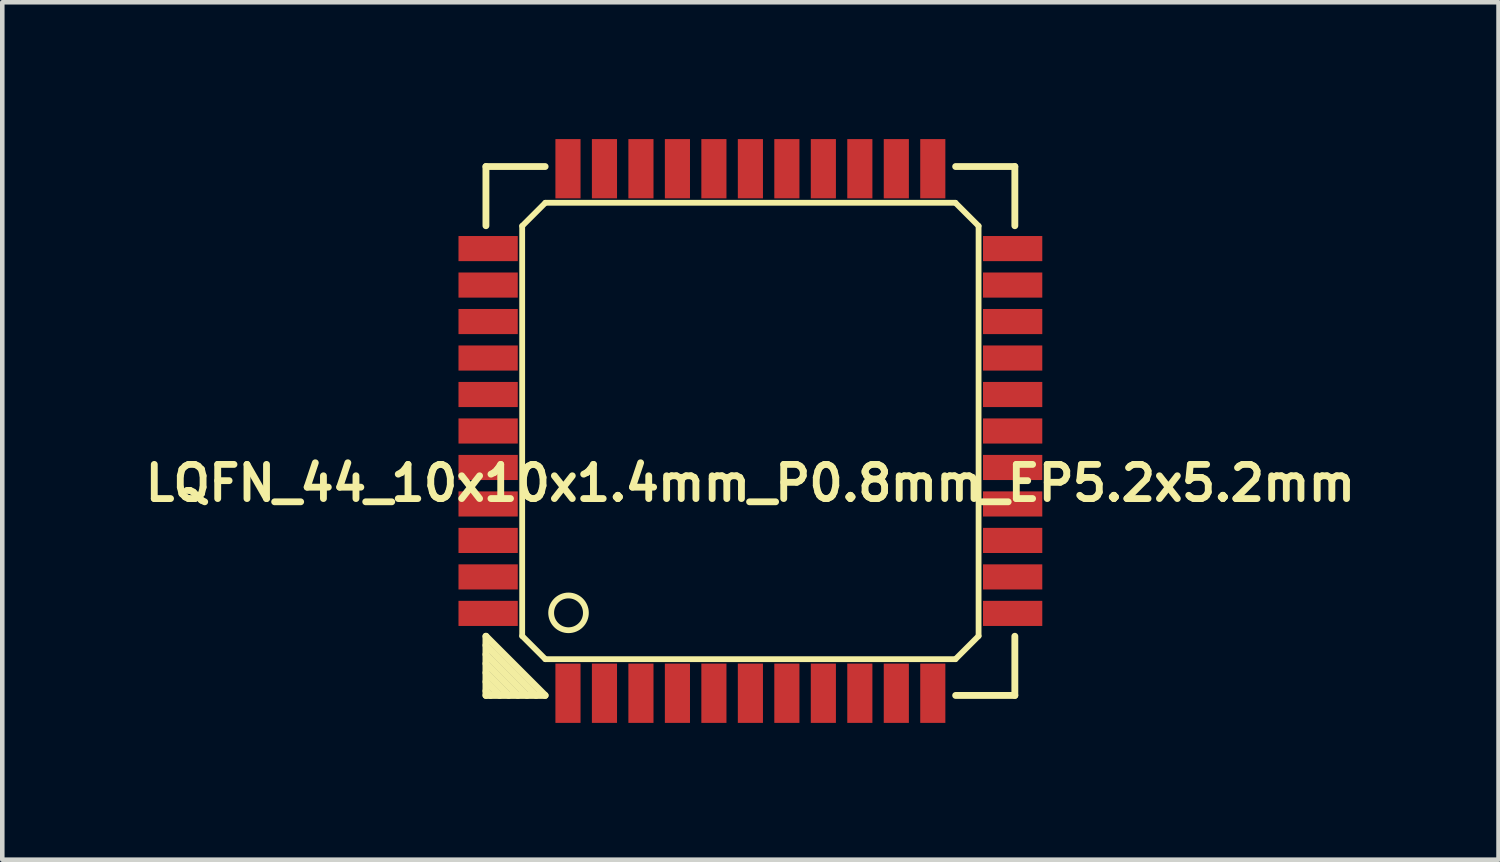
<source format=kicad_pcb>
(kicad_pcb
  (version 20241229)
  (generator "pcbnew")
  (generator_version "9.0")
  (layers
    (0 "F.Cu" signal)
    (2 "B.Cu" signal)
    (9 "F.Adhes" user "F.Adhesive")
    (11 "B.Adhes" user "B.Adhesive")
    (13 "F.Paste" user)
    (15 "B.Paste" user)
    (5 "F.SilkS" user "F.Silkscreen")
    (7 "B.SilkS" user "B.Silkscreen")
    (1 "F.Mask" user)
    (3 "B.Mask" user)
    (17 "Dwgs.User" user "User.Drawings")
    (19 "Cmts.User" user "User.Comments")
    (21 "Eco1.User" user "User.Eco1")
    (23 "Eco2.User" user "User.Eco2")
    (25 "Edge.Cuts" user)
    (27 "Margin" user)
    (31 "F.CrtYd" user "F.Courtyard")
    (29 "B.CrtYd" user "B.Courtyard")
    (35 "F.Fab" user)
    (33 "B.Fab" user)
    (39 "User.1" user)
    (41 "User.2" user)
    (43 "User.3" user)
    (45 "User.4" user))
  (footprint "LQFN_44_10x10x1.4mm_P0.8mm_EP5.2x5.2mm"
    (layer "F.Cu")
    (at 13.405 6.401)
    (property "Reference" "LQFN_44_10x10x1.4mm_P0.8mm_EP5.2x5.2mm" (at 0 1.143 0) (layer "F.SilkS") (effects (font (size 0.749 0.749) (thickness 0.15))))
    (attr smd)
    (fp_line (start -5.799 -5.799) (end -4.501 -5.799) (stroke (width 0.15) (type solid)) (layer "F.SilkS"))
    (fp_line (start -5.799 -4.501) (end -5.799 -5.799) (stroke (width 0.15) (type solid)) (layer "F.SilkS"))
    (fp_line (start -5.799 4.501) (end -4.501 5.799) (stroke (width 0.15) (type solid)) (layer "F.SilkS"))
    (fp_line (start -5.799 4.9) (end -4.9 5.799) (stroke (width 0.15) (type solid)) (layer "F.SilkS"))
    (fp_line (start -5.799 5.301) (end -5.301 5.799) (stroke (width 0.15) (type solid)) (layer "F.SilkS"))
    (fp_line (start -5.799 5.7) (end -5.7 5.799) (stroke (width 0.15) (type solid)) (layer "F.SilkS"))
    (fp_line (start -5.799 5.799) (end -5.799 4.501) (stroke (width 0.15) (type solid)) (layer "F.SilkS"))
    (fp_line (start -5.499 5.799) (end -5.799 5.499) (stroke (width 0.15) (type solid)) (layer "F.SilkS"))
    (fp_line (start -5.1 5.799) (end -5.799 5.1) (stroke (width 0.15) (type solid)) (layer "F.SilkS"))
    (fp_line (start -5.004 -4.496) (end -4.496 -5.004) (stroke (width 0.127) (type solid)) (layer "F.SilkS"))
    (fp_line (start -5.004 4.496) (end -5.004 -4.496) (stroke (width 0.127) (type solid)) (layer "F.SilkS"))
    (fp_line (start -4.699 5.799) (end -5.799 4.699) (stroke (width 0.15) (type solid)) (layer "F.SilkS"))
    (fp_line (start -4.501 5.799) (end -5.799 5.799) (stroke (width 0.15) (type solid)) (layer "F.SilkS"))
    (fp_line (start -4.496 -5.004) (end 4.496 -5.004) (stroke (width 0.127) (type solid)) (layer "F.SilkS"))
    (fp_line (start -4.496 5.004) (end -5.004 4.496) (stroke (width 0.127) (type solid)) (layer "F.SilkS"))
    (fp_line (start 4.496 -5.004) (end 5.004 -4.496) (stroke (width 0.127) (type solid)) (layer "F.SilkS"))
    (fp_line (start 4.496 5.004) (end -4.496 5.004) (stroke (width 0.127) (type solid)) (layer "F.SilkS"))
    (fp_line (start 4.501 -5.799) (end 5.799 -5.799) (stroke (width 0.15) (type solid)) (layer "F.SilkS"))
    (fp_line (start 5.004 4.496) (end 4.496 5.004) (stroke (width 0.127) (type solid)) (layer "F.SilkS"))
    (fp_line (start 5.004 4.496) (end 5.004 -4.496) (stroke (width 0.127) (type solid)) (layer "F.SilkS"))
    (fp_line (start 5.799 -5.799) (end 5.799 -4.501) (stroke (width 0.15) (type solid)) (layer "F.SilkS"))
    (fp_line (start 5.799 4.501) (end 5.799 5.799) (stroke (width 0.15) (type solid)) (layer "F.SilkS"))
    (fp_line (start 5.799 5.799) (end 4.501 5.799) (stroke (width 0.15) (type solid)) (layer "F.SilkS"))
    (fp_circle (center -3.988 3.988) (end -4.216 4.293) (stroke (width 0.127) (type solid)) (fill no) (layer "F.SilkS"))
    (pad "1" smd rect (at -4 5.751) (size 0.551 1.3) (layers "F.Cu" "F.Mask" "F.Paste"))
    (pad "2" smd rect (at -3.2 5.751) (size 0.551 1.3) (layers "F.Cu" "F.Mask" "F.Paste"))
    (pad "3" smd rect (at -2.4 5.751) (size 0.551 1.3) (layers "F.Cu" "F.Mask" "F.Paste"))
    (pad "4" smd rect (at -1.6 5.751) (size 0.551 1.3) (layers "F.Cu" "F.Mask" "F.Paste"))
    (pad "5" smd rect (at -0.8 5.751) (size 0.551 1.3) (layers "F.Cu" "F.Mask" "F.Paste"))
    (pad "6" smd rect (at 0 5.751) (size 0.551 1.3) (layers "F.Cu" "F.Mask" "F.Paste"))
    (pad "7" smd rect (at 0.8 5.751) (size 0.551 1.3) (layers "F.Cu" "F.Mask" "F.Paste"))
    (pad "8" smd rect (at 1.6 5.751) (size 0.551 1.3) (layers "F.Cu" "F.Mask" "F.Paste"))
    (pad "9" smd rect (at 2.4 5.751) (size 0.551 1.3) (layers "F.Cu" "F.Mask" "F.Paste"))
    (pad "10" smd rect (at 3.2 5.751) (size 0.551 1.3) (layers "F.Cu" "F.Mask" "F.Paste"))
    (pad "11" smd rect (at 4 5.751) (size 0.551 1.3) (layers "F.Cu" "F.Mask" "F.Paste"))
    (pad "12" smd rect (at 5.751 4) (size 1.3 0.551) (layers "F.Cu" "F.Mask" "F.Paste"))
    (pad "13" smd rect (at 5.751 3.2) (size 1.3 0.551) (layers "F.Cu" "F.Mask" "F.Paste"))
    (pad "14" smd rect (at 5.751 2.4) (size 1.3 0.551) (layers "F.Cu" "F.Mask" "F.Paste"))
    (pad "15" smd rect (at 5.751 1.6) (size 1.3 0.551) (layers "F.Cu" "F.Mask" "F.Paste"))
    (pad "16" smd rect (at 5.751 0.8) (size 1.3 0.551) (layers "F.Cu" "F.Mask" "F.Paste"))
    (pad "17" smd rect (at 5.751 0) (size 1.3 0.551) (layers "F.Cu" "F.Mask" "F.Paste"))
    (pad "18" smd rect (at 5.751 -0.8) (size 1.3 0.551) (layers "F.Cu" "F.Mask" "F.Paste"))
    (pad "19" smd rect (at 5.751 -1.6) (size 1.3 0.551) (layers "F.Cu" "F.Mask" "F.Paste"))
    (pad "20" smd rect (at 5.751 -2.4) (size 1.3 0.551) (layers "F.Cu" "F.Mask" "F.Paste"))
    (pad "21" smd rect (at 5.751 -3.2) (size 1.3 0.551) (layers "F.Cu" "F.Mask" "F.Paste"))
    (pad "22" smd rect (at 5.751 -4) (size 1.3 0.551) (layers "F.Cu" "F.Mask" "F.Paste"))
    (pad "23" smd rect (at 4 -5.751) (size 0.551 1.3) (layers "F.Cu" "F.Mask" "F.Paste"))
    (pad "24" smd rect (at 3.2 -5.751) (size 0.551 1.3) (layers "F.Cu" "F.Mask" "F.Paste"))
    (pad "25" smd rect (at 2.4 -5.751) (size 0.551 1.3) (layers "F.Cu" "F.Mask" "F.Paste"))
    (pad "26" smd rect (at 1.6 -5.751) (size 0.551 1.3) (layers "F.Cu" "F.Mask" "F.Paste"))
    (pad "27" smd rect (at 0.8 -5.751) (size 0.551 1.3) (layers "F.Cu" "F.Mask" "F.Paste"))
    (pad "28" smd rect (at 0 -5.751) (size 0.551 1.3) (layers "F.Cu" "F.Mask" "F.Paste"))
    (pad "29" smd rect (at -0.8 -5.751) (size 0.551 1.3) (layers "F.Cu" "F.Mask" "F.Paste"))
    (pad "30" smd rect (at -1.6 -5.751) (size 0.551 1.3) (layers "F.Cu" "F.Mask" "F.Paste"))
    (pad "31" smd rect (at -2.4 -5.751) (size 0.551 1.3) (layers "F.Cu" "F.Mask" "F.Paste"))
    (pad "32" smd rect (at -3.2 -5.751) (size 0.551 1.3) (layers "F.Cu" "F.Mask" "F.Paste"))
    (pad "33" smd rect (at -4 -5.751) (size 0.551 1.3) (layers "F.Cu" "F.Mask" "F.Paste"))
    (pad "34" smd rect (at -5.751 -4) (size 1.3 0.551) (layers "F.Cu" "F.Mask" "F.Paste"))
    (pad "35" smd rect (at -5.751 -3.2) (size 1.3 0.551) (layers "F.Cu" "F.Mask" "F.Paste"))
    (pad "36" smd rect (at -5.751 -2.4) (size 1.3 0.551) (layers "F.Cu" "F.Mask" "F.Paste"))
    (pad "37" smd rect (at -5.751 -1.6) (size 1.3 0.551) (layers "F.Cu" "F.Mask" "F.Paste"))
    (pad "38" smd rect (at -5.751 -0.8) (size 1.3 0.551) (layers "F.Cu" "F.Mask" "F.Paste"))
    (pad "39" smd rect (at -5.751 0) (size 1.3 0.551) (layers "F.Cu" "F.Mask" "F.Paste"))
    (pad "40" smd rect (at -5.751 0.8) (size 1.3 0.551) (layers "F.Cu" "F.Mask" "F.Paste"))
    (pad "41" smd rect (at -5.751 1.6) (size 1.3 0.551) (layers "F.Cu" "F.Mask" "F.Paste"))
    (pad "42" smd rect (at -5.751 2.4) (size 1.3 0.551) (layers "F.Cu" "F.Mask" "F.Paste"))
    (pad "43" smd rect (at -5.751 3.2) (size 1.3 0.551) (layers "F.Cu" "F.Mask" "F.Paste"))
    (pad "44" smd rect (at -5.751 4) (size 1.3 0.551) (layers "F.Cu" "F.Mask" "F.Paste")))
  (gr_rect
    (start -3 -3)
    (end 29.811 15.802)
    (stroke (width 0.1) (type default))
    (fill no)
    (layer "Edge.Cuts")))
</source>
